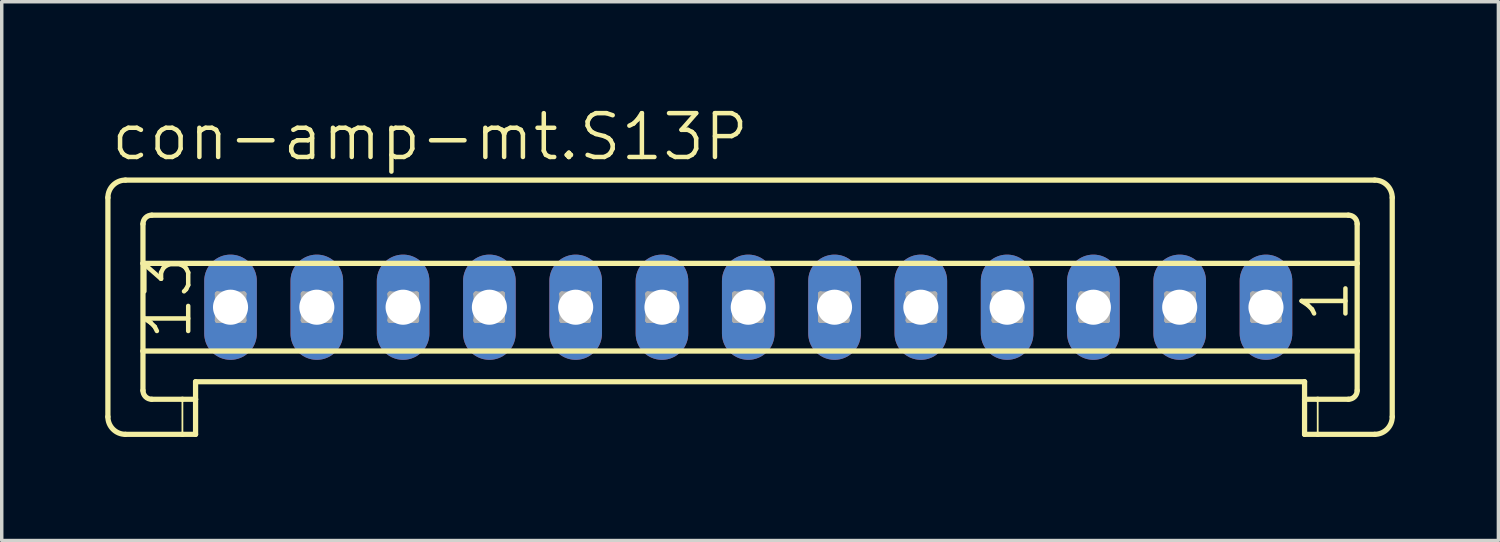
<source format=kicad_pcb>
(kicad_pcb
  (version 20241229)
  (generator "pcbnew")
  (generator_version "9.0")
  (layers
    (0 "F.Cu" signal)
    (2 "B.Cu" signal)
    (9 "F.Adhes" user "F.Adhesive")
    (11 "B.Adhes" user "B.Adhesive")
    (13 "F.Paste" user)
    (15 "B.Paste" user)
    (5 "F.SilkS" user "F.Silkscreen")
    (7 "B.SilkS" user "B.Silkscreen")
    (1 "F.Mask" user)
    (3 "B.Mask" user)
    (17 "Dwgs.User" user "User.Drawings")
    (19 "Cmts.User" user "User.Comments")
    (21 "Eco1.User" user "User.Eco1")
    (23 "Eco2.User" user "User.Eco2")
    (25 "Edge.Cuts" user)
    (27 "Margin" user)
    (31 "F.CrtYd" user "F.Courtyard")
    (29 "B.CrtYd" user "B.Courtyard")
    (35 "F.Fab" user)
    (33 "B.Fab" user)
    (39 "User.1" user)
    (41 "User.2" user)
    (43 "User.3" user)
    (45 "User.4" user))
  (footprint "con-amp-mt.S13P"
    (layer "F.Cu")
    (at 18.629 5.851)
    (property "Reference" "con-amp-mt.S13P" (at -18.528 -4.191 0) (layer "F.SilkS") (effects (font (size 1.27 1.27) (thickness 0.13)) (justify left bottom)))
    (attr through_hole)
    (fp_line (start -18.553 -3.175) (end -18.553 3.175) (stroke (width 0.152) (type default)) (layer "F.SilkS"))
    (fp_line (start -18.045 -3.683) (end 18.15 -3.683) (stroke (width 0.152) (type default)) (layer "F.SilkS"))
    (fp_line (start -17.537 -1.27) (end -17.537 -2.413) (stroke (width 0.152) (type default)) (layer "F.SilkS"))
    (fp_line (start -17.537 -1.27) (end 17.642 -1.27) (stroke (width 0.152) (type default)) (layer "F.SilkS"))
    (fp_line (start -17.537 1.27) (end -17.537 -1.27) (stroke (width 0.152) (type default)) (layer "F.SilkS"))
    (fp_line (start -17.537 1.27) (end 17.642 1.27) (stroke (width 0.152) (type default)) (layer "F.SilkS"))
    (fp_line (start -17.537 2.413) (end -17.537 1.27) (stroke (width 0.152) (type default)) (layer "F.SilkS"))
    (fp_line (start -17.283 -2.667) (end 17.388 -2.667) (stroke (width 0.152) (type default)) (layer "F.SilkS"))
    (fp_line (start -17.283 2.667) (end -16.394 2.667) (stroke (width 0.152) (type default)) (layer "F.SilkS"))
    (fp_line (start -16.394 2.667) (end -16.394 3.683) (stroke (width 0.051) (type default)) (layer "F.SilkS"))
    (fp_line (start -16.394 2.667) (end -16.013 2.667) (stroke (width 0.152) (type default)) (layer "F.SilkS"))
    (fp_line (start -16.394 3.683) (end -18.045 3.683) (stroke (width 0.152) (type default)) (layer "F.SilkS"))
    (fp_line (start -16.013 2.159) (end 16.118 2.159) (stroke (width 0.152) (type default)) (layer "F.SilkS"))
    (fp_line (start -16.013 2.667) (end -16.013 2.159) (stroke (width 0.152) (type default)) (layer "F.SilkS"))
    (fp_line (start -16.013 2.667) (end -16.013 3.683) (stroke (width 0.152) (type default)) (layer "F.SilkS"))
    (fp_line (start -16.013 3.683) (end -16.394 3.683) (stroke (width 0.152) (type default)) (layer "F.SilkS"))
    (fp_line (start 16.118 2.667) (end 16.118 2.159) (stroke (width 0.152) (type default)) (layer "F.SilkS"))
    (fp_line (start 16.118 2.667) (end 16.499 2.667) (stroke (width 0.152) (type default)) (layer "F.SilkS"))
    (fp_line (start 16.118 3.683) (end 16.118 2.667) (stroke (width 0.152) (type default)) (layer "F.SilkS"))
    (fp_line (start 16.499 2.667) (end 16.499 3.683) (stroke (width 0.051) (type default)) (layer "F.SilkS"))
    (fp_line (start 16.499 2.667) (end 17.388 2.667) (stroke (width 0.152) (type default)) (layer "F.SilkS"))
    (fp_line (start 16.499 3.683) (end 16.118 3.683) (stroke (width 0.152) (type default)) (layer "F.SilkS"))
    (fp_line (start 17.642 -1.27) (end 17.642 -2.413) (stroke (width 0.152) (type default)) (layer "F.SilkS"))
    (fp_line (start 17.642 1.27) (end 17.642 -1.27) (stroke (width 0.152) (type default)) (layer "F.SilkS"))
    (fp_line (start 17.642 2.413) (end 17.642 1.27) (stroke (width 0.152) (type default)) (layer "F.SilkS"))
    (fp_line (start 18.15 3.683) (end 16.499 3.683) (stroke (width 0.152) (type default)) (layer "F.SilkS"))
    (fp_line (start 18.658 -3.175) (end 18.658 3.175) (stroke (width 0.152) (type default)) (layer "F.SilkS"))
    (fp_arc (start -18.553 -3.175) (mid -18.40421 -3.53421) (end -18.045 -3.683) (stroke (width 0.1524) (type default)) (layer "F.SilkS"))
    (fp_arc (start -18.045 3.683) (mid -18.40421 3.53421) (end -18.553 3.175) (stroke (width 0.1524) (type default)) (layer "F.SilkS"))
    (fp_arc (start -17.537 -2.413) (mid -17.462605 -2.592605) (end -17.283 -2.667) (stroke (width 0.1524) (type default)) (layer "F.SilkS"))
    (fp_arc (start -17.283 2.667) (mid -17.462605 2.592605) (end -17.537 2.413) (stroke (width 0.1524) (type default)) (layer "F.SilkS"))
    (fp_arc (start 17.388 -2.667) (mid 17.567605 -2.592605) (end 17.642 -2.413) (stroke (width 0.1524) (type default)) (layer "F.SilkS"))
    (fp_arc (start 17.642 2.413) (mid 17.567605 2.592605) (end 17.388 2.667) (stroke (width 0.1524) (type default)) (layer "F.SilkS"))
    (fp_arc (start 18.15 -3.683) (mid 18.50921 -3.53421) (end 18.658 -3.175) (stroke (width 0.1524) (type default)) (layer "F.SilkS"))
    (fp_arc (start 18.658 3.175) (mid 18.50921 3.53421) (end 18.15 3.683) (stroke (width 0.1524) (type default)) (layer "F.SilkS"))
    (fp_line (start -15.378 -0.381) (end -15.378 0.381) (stroke (width 0.152) (type default)) (layer "F.Fab"))
    (fp_line (start -15.378 -0.381) (end -14.616 0.381) (stroke (width 0.152) (type default)) (layer "F.Fab"))
    (fp_line (start -15.378 0.381) (end -14.616 0.381) (stroke (width 0.152) (type default)) (layer "F.Fab"))
    (fp_line (start -14.616 -0.381) (end -15.378 -0.381) (stroke (width 0.152) (type default)) (layer "F.Fab"))
    (fp_line (start -14.616 -0.381) (end -15.378 0.381) (stroke (width 0.152) (type default)) (layer "F.Fab"))
    (fp_line (start -14.616 0.381) (end -14.616 -0.381) (stroke (width 0.152) (type default)) (layer "F.Fab"))
    (fp_line (start -12.889 -0.381) (end -12.889 0.381) (stroke (width 0.152) (type default)) (layer "F.Fab"))
    (fp_line (start -12.889 -0.381) (end -12.127 0.381) (stroke (width 0.152) (type default)) (layer "F.Fab"))
    (fp_line (start -12.889 0.381) (end -12.127 0.381) (stroke (width 0.152) (type default)) (layer "F.Fab"))
    (fp_line (start -12.127 -0.381) (end -12.889 -0.381) (stroke (width 0.152) (type default)) (layer "F.Fab"))
    (fp_line (start -12.127 -0.381) (end -12.889 0.381) (stroke (width 0.152) (type default)) (layer "F.Fab"))
    (fp_line (start -12.127 0.381) (end -12.127 -0.381) (stroke (width 0.152) (type default)) (layer "F.Fab"))
    (fp_line (start -10.375 -0.381) (end -10.375 0.381) (stroke (width 0.152) (type default)) (layer "F.Fab"))
    (fp_line (start -10.375 -0.381) (end -9.613 0.381) (stroke (width 0.152) (type default)) (layer "F.Fab"))
    (fp_line (start -10.375 0.381) (end -9.613 0.381) (stroke (width 0.152) (type default)) (layer "F.Fab"))
    (fp_line (start -9.613 -0.381) (end -10.375 -0.381) (stroke (width 0.152) (type default)) (layer "F.Fab"))
    (fp_line (start -9.613 -0.381) (end -10.375 0.381) (stroke (width 0.152) (type default)) (layer "F.Fab"))
    (fp_line (start -9.613 0.381) (end -9.613 -0.381) (stroke (width 0.152) (type default)) (layer "F.Fab"))
    (fp_line (start -7.885 -0.381) (end -7.885 0.381) (stroke (width 0.152) (type default)) (layer "F.Fab"))
    (fp_line (start -7.885 -0.381) (end -7.123 0.381) (stroke (width 0.152) (type default)) (layer "F.Fab"))
    (fp_line (start -7.885 0.381) (end -7.123 0.381) (stroke (width 0.152) (type default)) (layer "F.Fab"))
    (fp_line (start -7.123 -0.381) (end -7.885 -0.381) (stroke (width 0.152) (type default)) (layer "F.Fab"))
    (fp_line (start -7.123 -0.381) (end -7.885 0.381) (stroke (width 0.152) (type default)) (layer "F.Fab"))
    (fp_line (start -7.123 0.381) (end -7.123 -0.381) (stroke (width 0.152) (type default)) (layer "F.Fab"))
    (fp_line (start -5.396 -0.381) (end -5.396 0.381) (stroke (width 0.152) (type default)) (layer "F.Fab"))
    (fp_line (start -5.396 -0.381) (end -4.634 0.381) (stroke (width 0.152) (type default)) (layer "F.Fab"))
    (fp_line (start -5.396 0.381) (end -4.634 0.381) (stroke (width 0.152) (type default)) (layer "F.Fab"))
    (fp_line (start -4.634 -0.381) (end -5.396 -0.381) (stroke (width 0.152) (type default)) (layer "F.Fab"))
    (fp_line (start -4.634 -0.381) (end -5.396 0.381) (stroke (width 0.152) (type default)) (layer "F.Fab"))
    (fp_line (start -4.634 0.381) (end -4.634 -0.381) (stroke (width 0.152) (type default)) (layer "F.Fab"))
    (fp_line (start -2.907 -0.381) (end -2.907 0.381) (stroke (width 0.152) (type default)) (layer "F.Fab"))
    (fp_line (start -2.907 -0.381) (end -2.145 0.381) (stroke (width 0.152) (type default)) (layer "F.Fab"))
    (fp_line (start -2.907 0.381) (end -2.145 0.381) (stroke (width 0.152) (type default)) (layer "F.Fab"))
    (fp_line (start -2.145 -0.381) (end -2.907 -0.381) (stroke (width 0.152) (type default)) (layer "F.Fab"))
    (fp_line (start -2.145 -0.381) (end -2.907 0.381) (stroke (width 0.152) (type default)) (layer "F.Fab"))
    (fp_line (start -2.145 0.381) (end -2.145 -0.381) (stroke (width 0.152) (type default)) (layer "F.Fab"))
    (fp_line (start -0.392 -0.381) (end -0.392 0.381) (stroke (width 0.152) (type default)) (layer "F.Fab"))
    (fp_line (start -0.392 -0.381) (end 0.37 0.381) (stroke (width 0.152) (type default)) (layer "F.Fab"))
    (fp_line (start -0.392 0.381) (end 0.37 0.381) (stroke (width 0.152) (type default)) (layer "F.Fab"))
    (fp_line (start 0.37 -0.381) (end -0.392 -0.381) (stroke (width 0.152) (type default)) (layer "F.Fab"))
    (fp_line (start 0.37 -0.381) (end -0.392 0.381) (stroke (width 0.152) (type default)) (layer "F.Fab"))
    (fp_line (start 0.37 0.381) (end 0.37 -0.381) (stroke (width 0.152) (type default)) (layer "F.Fab"))
    (fp_line (start 2.097 -0.381) (end 2.097 0.381) (stroke (width 0.152) (type default)) (layer "F.Fab"))
    (fp_line (start 2.097 -0.381) (end 2.859 0.381) (stroke (width 0.152) (type default)) (layer "F.Fab"))
    (fp_line (start 2.097 0.381) (end 2.859 0.381) (stroke (width 0.152) (type default)) (layer "F.Fab"))
    (fp_line (start 2.859 -0.381) (end 2.097 -0.381) (stroke (width 0.152) (type default)) (layer "F.Fab"))
    (fp_line (start 2.859 -0.381) (end 2.097 0.381) (stroke (width 0.152) (type default)) (layer "F.Fab"))
    (fp_line (start 2.859 0.381) (end 2.859 -0.381) (stroke (width 0.152) (type default)) (layer "F.Fab"))
    (fp_line (start 4.637 -0.381) (end 4.637 0.381) (stroke (width 0.152) (type default)) (layer "F.Fab"))
    (fp_line (start 4.637 -0.381) (end 5.399 0.381) (stroke (width 0.152) (type default)) (layer "F.Fab"))
    (fp_line (start 4.637 0.381) (end 5.399 0.381) (stroke (width 0.152) (type default)) (layer "F.Fab"))
    (fp_line (start 5.399 -0.381) (end 4.637 -0.381) (stroke (width 0.152) (type default)) (layer "F.Fab"))
    (fp_line (start 5.399 -0.381) (end 4.637 0.381) (stroke (width 0.152) (type default)) (layer "F.Fab"))
    (fp_line (start 5.399 0.381) (end 5.399 -0.381) (stroke (width 0.152) (type default)) (layer "F.Fab"))
    (fp_line (start 7.126 -0.381) (end 7.126 0.381) (stroke (width 0.152) (type default)) (layer "F.Fab"))
    (fp_line (start 7.126 -0.381) (end 7.888 0.381) (stroke (width 0.152) (type default)) (layer "F.Fab"))
    (fp_line (start 7.126 0.381) (end 7.888 0.381) (stroke (width 0.152) (type default)) (layer "F.Fab"))
    (fp_line (start 7.888 -0.381) (end 7.126 -0.381) (stroke (width 0.152) (type default)) (layer "F.Fab"))
    (fp_line (start 7.888 -0.381) (end 7.126 0.381) (stroke (width 0.152) (type default)) (layer "F.Fab"))
    (fp_line (start 7.888 0.381) (end 7.888 -0.381) (stroke (width 0.152) (type default)) (layer "F.Fab"))
    (fp_line (start 9.641 -0.381) (end 9.641 0.381) (stroke (width 0.152) (type default)) (layer "F.Fab"))
    (fp_line (start 9.641 -0.381) (end 10.403 0.381) (stroke (width 0.152) (type default)) (layer "F.Fab"))
    (fp_line (start 9.641 0.381) (end 10.403 0.381) (stroke (width 0.152) (type default)) (layer "F.Fab"))
    (fp_line (start 10.403 -0.381) (end 9.641 -0.381) (stroke (width 0.152) (type default)) (layer "F.Fab"))
    (fp_line (start 10.403 -0.381) (end 9.641 0.381) (stroke (width 0.152) (type default)) (layer "F.Fab"))
    (fp_line (start 10.403 0.381) (end 10.403 -0.381) (stroke (width 0.152) (type default)) (layer "F.Fab"))
    (fp_line (start 12.13 -0.381) (end 12.13 0.381) (stroke (width 0.152) (type default)) (layer "F.Fab"))
    (fp_line (start 12.13 -0.381) (end 12.892 0.381) (stroke (width 0.152) (type default)) (layer "F.Fab"))
    (fp_line (start 12.13 0.381) (end 12.892 0.381) (stroke (width 0.152) (type default)) (layer "F.Fab"))
    (fp_line (start 12.892 -0.381) (end 12.13 -0.381) (stroke (width 0.152) (type default)) (layer "F.Fab"))
    (fp_line (start 12.892 -0.381) (end 12.13 0.381) (stroke (width 0.152) (type default)) (layer "F.Fab"))
    (fp_line (start 12.892 0.381) (end 12.892 -0.381) (stroke (width 0.152) (type default)) (layer "F.Fab"))
    (fp_line (start 14.619 -0.381) (end 14.619 0.381) (stroke (width 0.152) (type default)) (layer "F.Fab"))
    (fp_line (start 14.619 -0.381) (end 15.381 0.381) (stroke (width 0.152) (type default)) (layer "F.Fab"))
    (fp_line (start 14.619 0.381) (end 15.381 0.381) (stroke (width 0.152) (type default)) (layer "F.Fab"))
    (fp_line (start 15.381 -0.381) (end 14.619 -0.381) (stroke (width 0.152) (type default)) (layer "F.Fab"))
    (fp_line (start 15.381 -0.381) (end 14.619 0.381) (stroke (width 0.152) (type default)) (layer "F.Fab"))
    (fp_line (start 15.381 0.381) (end 15.381 -0.381) (stroke (width 0.152) (type default)) (layer "F.Fab"))
    (fp_text user "13" (at -16.064 1.016 90) (layer "F.SilkS") (effects (font (size 1.27 1.27) (thickness 0.13)) (justify left bottom)))
    (fp_text user "1" (at 17.464 0.508 90) (layer "F.SilkS") (effects (font (size 1.27 1.27) (thickness 0.13)) (justify left bottom)))
    (pad "1" thru_hole oval (at 15 0 90) (size 3.048 1.524) (drill 1.016) (layers "*.Cu" "*.Mask"))
    (pad "2" thru_hole oval (at 12.5 0 90) (size 3.048 1.524) (drill 1.016) (layers "*.Cu" "*.Mask"))
    (pad "3" thru_hole oval (at 10 0 90) (size 3.048 1.524) (drill 1.016) (layers "*.Cu" "*.Mask"))
    (pad "4" thru_hole oval (at 7.5 0 90) (size 3.048 1.524) (drill 1.016) (layers "*.Cu" "*.Mask"))
    (pad "5" thru_hole oval (at 5 0 90) (size 3.048 1.524) (drill 1.016) (layers "*.Cu" "*.Mask"))
    (pad "6" thru_hole oval (at 2.5 0 90) (size 3.048 1.524) (drill 1.016) (layers "*.Cu" "*.Mask"))
    (pad "7" thru_hole oval (at 0 0 90) (size 3.048 1.524) (drill 1.016) (layers "*.Cu" "*.Mask"))
    (pad "8" thru_hole oval (at -2.5 0 90) (size 3.048 1.524) (drill 1.016) (layers "*.Cu" "*.Mask"))
    (pad "9" thru_hole oval (at -5 0 90) (size 3.048 1.524) (drill 1.016) (layers "*.Cu" "*.Mask"))
    (pad "10" thru_hole oval (at -7.5 0 90) (size 3.048 1.524) (drill 1.016) (layers "*.Cu" "*.Mask"))
    (pad "11" thru_hole oval (at -10 0 90) (size 3.048 1.524) (drill 1.016) (layers "*.Cu" "*.Mask"))
    (pad "12" thru_hole oval (at -12.5 0 90) (size 3.048 1.524) (drill 1.016) (layers "*.Cu" "*.Mask"))
    (pad "13" thru_hole oval (at -15 0 90) (size 3.048 1.524) (drill 1.016) (layers "*.Cu" "*.Mask")))
  (gr_rect
    (start -3 -3)
    (end 40.363 12.61)
    (stroke (width 0.1) (type default))
    (fill no)
    (layer "Edge.Cuts")))
</source>
